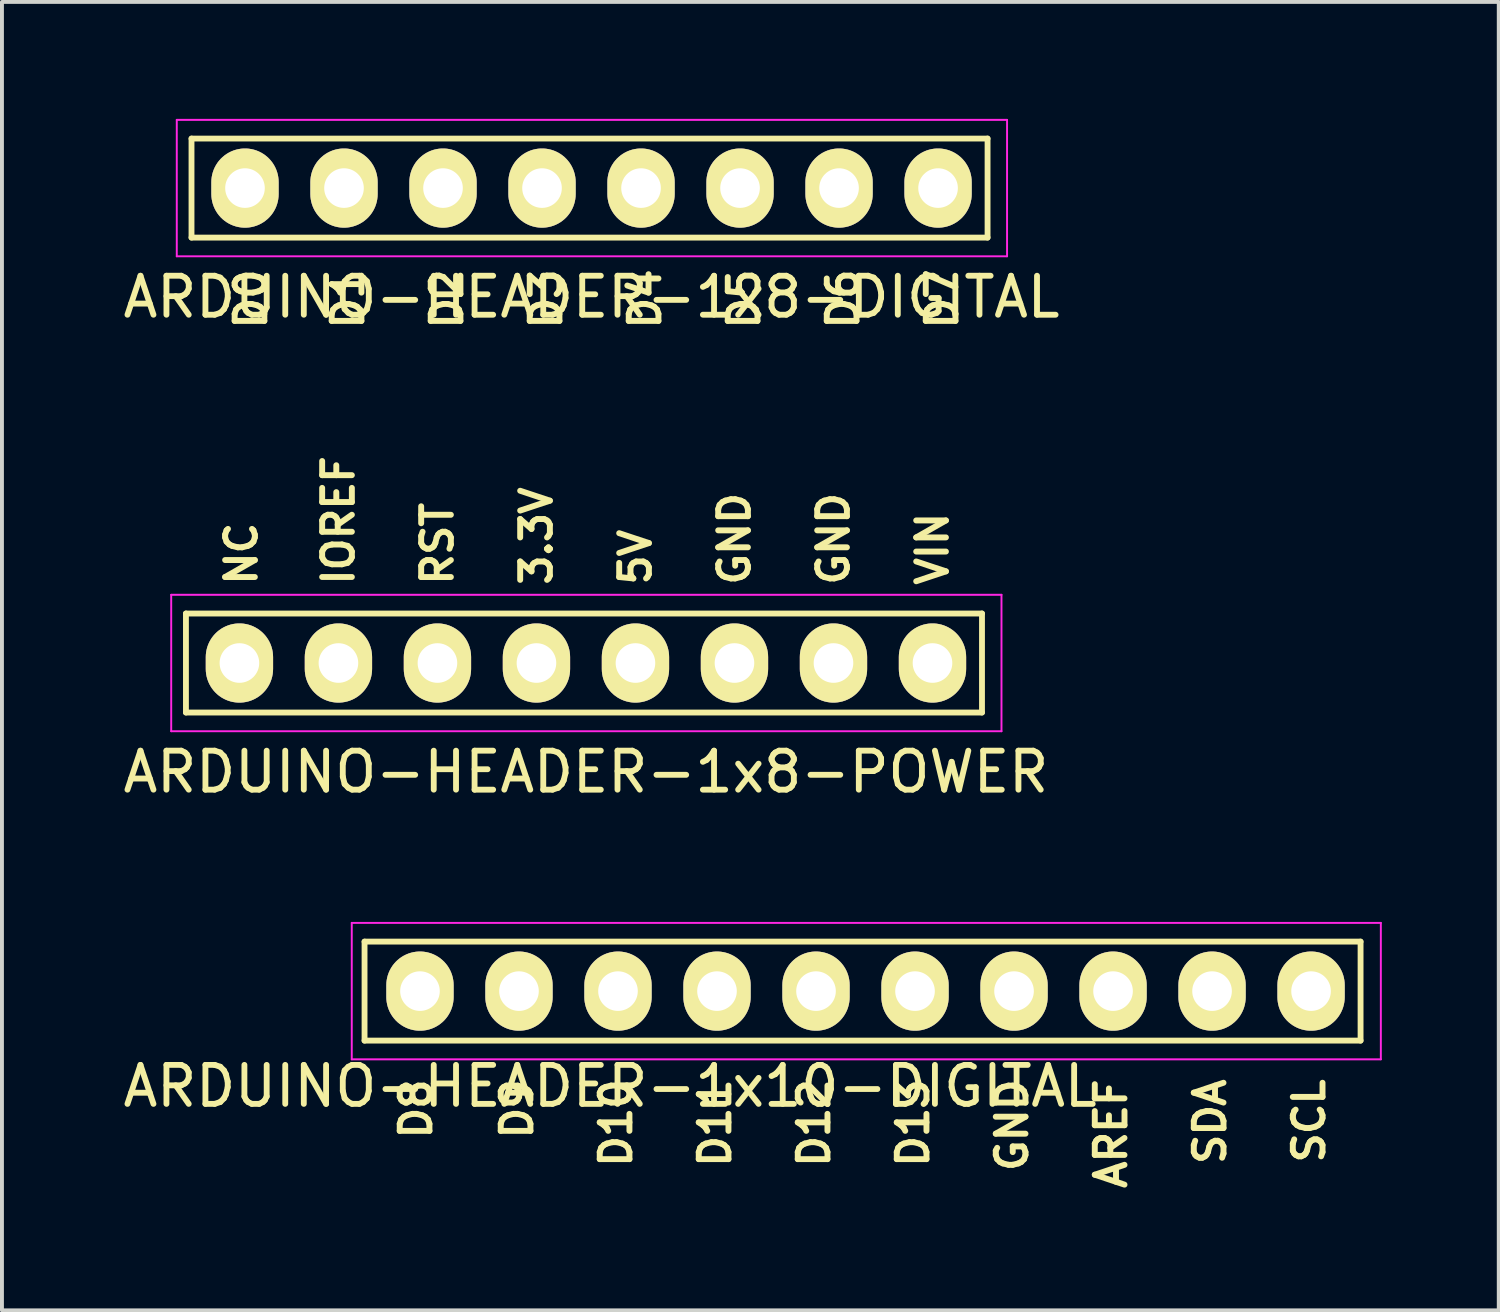
<source format=kicad_pcb>
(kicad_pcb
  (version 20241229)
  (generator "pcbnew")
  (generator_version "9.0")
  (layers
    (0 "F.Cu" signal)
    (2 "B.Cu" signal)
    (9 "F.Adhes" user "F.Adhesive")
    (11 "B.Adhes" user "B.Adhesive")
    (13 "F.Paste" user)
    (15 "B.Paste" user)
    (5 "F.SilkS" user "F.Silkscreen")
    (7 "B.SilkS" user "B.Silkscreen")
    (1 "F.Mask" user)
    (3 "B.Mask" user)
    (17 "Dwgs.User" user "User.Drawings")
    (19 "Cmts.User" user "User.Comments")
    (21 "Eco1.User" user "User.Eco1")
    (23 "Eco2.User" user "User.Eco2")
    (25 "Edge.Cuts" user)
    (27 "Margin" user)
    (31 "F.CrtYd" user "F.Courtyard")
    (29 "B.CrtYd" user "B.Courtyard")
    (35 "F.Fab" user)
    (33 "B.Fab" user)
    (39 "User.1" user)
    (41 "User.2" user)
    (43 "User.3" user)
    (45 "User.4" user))
  (footprint "ARDUINO-HEADER-1x8-POWER"
    (layer "F.Cu")
    (at 3.092 13.959)
    (property "Reference" "ARDUINO-HEADER-1x8-POWER" (at 8.89 2.794 0) (layer "F.SilkS") (effects (font (size 1 1) (thickness 0.15))))
    (attr through_hole)
    (fp_line (start -1.372 1.27) (end -1.372 -1.27) (stroke (width 0.15) (type solid)) (layer "F.SilkS"))
    (fp_line (start -1.372 1.27) (end 19.05 1.27) (stroke (width 0.15) (type solid)) (layer "F.SilkS"))
    (fp_line (start 19.05 -1.27) (end -1.372 -1.27) (stroke (width 0.15) (type solid)) (layer "F.SilkS"))
    (fp_line (start 19.05 1.27) (end 19.05 -1.27) (stroke (width 0.15) (type solid)) (layer "F.SilkS"))
    (fp_line (start -1.75 -1.75) (end -1.75 1.75) (stroke (width 0.05) (type solid)) (layer "F.CrtYd"))
    (fp_line (start -1.75 -1.75) (end 19.55 -1.75) (stroke (width 0.05) (type solid)) (layer "F.CrtYd"))
    (fp_line (start -1.75 1.75) (end 19.55 1.75) (stroke (width 0.05) (type solid)) (layer "F.CrtYd"))
    (fp_line (start 19.55 -1.75) (end 19.55 1.75) (stroke (width 0.05) (type solid)) (layer "F.CrtYd"))
    (fp_text user "RST" (at 5.08 -3.059 90) (layer "F.SilkS") (effects (font (size 0.762 0.762) (thickness 0.152))))
    (fp_text user "IOREF" (at 2.54 -3.658 90) (layer "F.SilkS") (effects (font (size 0.762 0.762) (thickness 0.152))))
    (fp_text user "5V" (at 10.16 -2.714 90) (layer "F.SilkS") (effects (font (size 0.762 0.762) (thickness 0.152))))
    (fp_text user "VIN" (at 17.78 -2.932 90) (layer "F.SilkS") (effects (font (size 0.762 0.762) (thickness 0.152))))
    (fp_text user "GND" (at 12.7 -3.186 90) (layer "F.SilkS") (effects (font (size 0.762 0.762) (thickness 0.152))))
    (fp_text user "GND" (at 15.24 -3.186 90) (layer "F.SilkS") (effects (font (size 0.762 0.762) (thickness 0.152))))
    (fp_text user "NC" (at 0.051 -2.805 90) (layer "F.SilkS") (effects (font (size 0.762 0.762) (thickness 0.152))))
    (fp_text user "3.3V" (at 7.62 -3.258 90) (layer "F.SilkS") (effects (font (size 0.762 0.762) (thickness 0.152))))
    (pad "3V3" thru_hole oval (at 7.62 0) (size 1.727 2.032) (drill 1.016) (layers "*.Cu" "*.Mask" "F.SilkS"))
    (pad "5V" thru_hole oval (at 10.16 0) (size 1.727 2.032) (drill 1.016) (layers "*.Cu" "*.Mask" "F.SilkS"))
    (pad "GND1" thru_hole oval (at 12.7 0) (size 1.727 2.032) (drill 1.016) (layers "*.Cu" "*.Mask" "F.SilkS"))
    (pad "GND2" thru_hole oval (at 15.24 0) (size 1.727 2.032) (drill 1.016) (layers "*.Cu" "*.Mask" "F.SilkS"))
    (pad "IO" thru_hole oval (at 2.54 0) (size 1.727 2.032) (drill 1.016) (layers "*.Cu" "*.Mask" "F.SilkS"))
    (pad "NC" thru_hole oval (at 0 0) (size 1.727 2.032) (drill 1.016) (layers "*.Cu" "*.Mask" "F.SilkS"))
    (pad "RST" thru_hole oval (at 5.08 0) (size 1.727 2.032) (drill 1.016) (layers "*.Cu" "*.Mask" "F.SilkS"))
    (pad "VIN" thru_hole oval (at 17.78 0) (size 1.727 2.032) (drill 1.016) (layers "*.Cu" "*.Mask" "F.SilkS")))
  (footprint "ARDUINO-HEADER-1x8-DIGITAL"
    (layer "F.Cu")
    (at 3.235 1.775)
    (property "Reference" "ARDUINO-HEADER-1x8-DIGITAL" (at 8.89 2.794 0) (layer "F.SilkS") (effects (font (size 1 1) (thickness 0.15))))
    (attr through_hole)
    (fp_line (start -1.372 1.27) (end -1.372 -1.27) (stroke (width 0.15) (type solid)) (layer "F.SilkS"))
    (fp_line (start -1.372 1.27) (end 19.05 1.27) (stroke (width 0.15) (type solid)) (layer "F.SilkS"))
    (fp_line (start 19.05 -1.27) (end -1.372 -1.27) (stroke (width 0.15) (type solid)) (layer "F.SilkS"))
    (fp_line (start 19.05 1.27) (end 19.05 -1.27) (stroke (width 0.15) (type solid)) (layer "F.SilkS"))
    (fp_line (start -1.75 -1.75) (end -1.75 1.75) (stroke (width 0.05) (type solid)) (layer "F.CrtYd"))
    (fp_line (start -1.75 -1.75) (end 19.55 -1.75) (stroke (width 0.05) (type solid)) (layer "F.CrtYd"))
    (fp_line (start -1.75 1.75) (end 19.55 1.75) (stroke (width 0.05) (type solid)) (layer "F.CrtYd"))
    (fp_line (start 19.55 -1.75) (end 19.55 1.75) (stroke (width 0.05) (type solid)) (layer "F.CrtYd"))
    (fp_text user "D6" (at 15.342 2.845 270) (layer "F.SilkS") (effects (font (size 0.762 0.762) (thickness 0.152))))
    (fp_text user "D4" (at 10.262 2.845 270) (layer "F.SilkS") (effects (font (size 0.762 0.762) (thickness 0.152))))
    (fp_text user "D5" (at 12.802 2.845 270) (layer "F.SilkS") (effects (font (size 0.762 0.762) (thickness 0.152))))
    (fp_text user "D3" (at 7.722 2.845 270) (layer "F.SilkS") (effects (font (size 0.762 0.762) (thickness 0.152))))
    (fp_text user "D2" (at 5.182 2.845 90) (layer "F.SilkS") (effects (font (size 0.762 0.762) (thickness 0.152))))
    (fp_text user "D7" (at 17.882 2.845 270) (layer "F.SilkS") (effects (font (size 0.762 0.762) (thickness 0.152))))
    (fp_text user "D1" (at 2.642 2.845 90) (layer "F.SilkS") (effects (font (size 0.762 0.762) (thickness 0.152))))
    (fp_text user "D0" (at 0.152 2.845 90) (layer "F.SilkS") (effects (font (size 0.762 0.762) (thickness 0.152))))
    (pad "D0" thru_hole oval (at 0 0) (size 1.727 2.032) (drill 1.016) (layers "*.Cu" "*.Mask" "F.SilkS"))
    (pad "D1" thru_hole oval (at 2.54 0) (size 1.727 2.032) (drill 1.016) (layers "*.Cu" "*.Mask" "F.SilkS"))
    (pad "D2" thru_hole oval (at 5.08 0) (size 1.727 2.032) (drill 1.016) (layers "*.Cu" "*.Mask" "F.SilkS"))
    (pad "D3" thru_hole oval (at 7.62 0) (size 1.727 2.032) (drill 1.016) (layers "*.Cu" "*.Mask" "F.SilkS"))
    (pad "D4" thru_hole oval (at 10.16 0) (size 1.727 2.032) (drill 1.016) (layers "*.Cu" "*.Mask" "F.SilkS"))
    (pad "D5" thru_hole oval (at 12.7 0) (size 1.727 2.032) (drill 1.016) (layers "*.Cu" "*.Mask" "F.SilkS"))
    (pad "D6" thru_hole oval (at 15.24 0) (size 1.727 2.032) (drill 1.016) (layers "*.Cu" "*.Mask" "F.SilkS"))
    (pad "D7" thru_hole oval (at 17.78 0) (size 1.727 2.032) (drill 1.016) (layers "*.Cu" "*.Mask" "F.SilkS")))
  (footprint "ARDUINO-HEADER-1x10-DIGITAL"
    (layer "F.Cu")
    (at 7.724 22.376)
    (property "Reference" "ARDUINO-HEADER-1x10-DIGITAL" (at 4.877 2.438 0) (layer "F.SilkS") (effects (font (size 1 1) (thickness 0.15))))
    (attr through_hole)
    (fp_line (start -1.422 1.27) (end -1.422 -1.27) (stroke (width 0.15) (type solid)) (layer "F.SilkS"))
    (fp_line (start -1.422 1.27) (end 24.13 1.27) (stroke (width 0.15) (type solid)) (layer "F.SilkS"))
    (fp_line (start 24.13 -1.27) (end -1.422 -1.27) (stroke (width 0.15) (type solid)) (layer "F.SilkS"))
    (fp_line (start 24.13 1.27) (end 24.13 -1.27) (stroke (width 0.15) (type solid)) (layer "F.SilkS"))
    (fp_line (start -1.75 -1.75) (end -1.75 1.75) (stroke (width 0.05) (type solid)) (layer "F.CrtYd"))
    (fp_line (start -1.75 -1.75) (end 24.65 -1.75) (stroke (width 0.05) (type solid)) (layer "F.CrtYd"))
    (fp_line (start -1.75 1.75) (end 24.65 1.75) (stroke (width 0.05) (type solid)) (layer "F.CrtYd"))
    (fp_line (start 24.65 -1.75) (end 24.65 1.75) (stroke (width 0.05) (type solid)) (layer "F.CrtYd"))
    (fp_text user "D8" (at -0.102 3.023 90) (layer "F.SilkS") (effects (font (size 0.762 0.762) (thickness 0.152))))
    (fp_text user "D11" (at 7.569 3.385 90) (layer "F.SilkS") (effects (font (size 0.762 0.762) (thickness 0.152))))
    (fp_text user "D12" (at 10.109 3.385 90) (layer "F.SilkS") (effects (font (size 0.762 0.762) (thickness 0.152))))
    (fp_text user "GND" (at 15.189 3.44 90) (layer "F.SilkS") (effects (font (size 0.762 0.762) (thickness 0.152))))
    (fp_text user "SDA" (at 20.269 3.349 90) (layer "F.SilkS") (effects (font (size 0.762 0.762) (thickness 0.152))))
    (fp_text user "D13" (at 12.649 3.385 90) (layer "F.SilkS") (effects (font (size 0.762 0.762) (thickness 0.152))))
    (fp_text user "AREF" (at 17.729 3.658 90) (layer "F.SilkS") (effects (font (size 0.762 0.762) (thickness 0.152))))
    (fp_text user "SCL" (at 22.809 3.331 90) (layer "F.SilkS") (effects (font (size 0.762 0.762) (thickness 0.152))))
    (fp_text user "D9" (at 2.489 3.023 90) (layer "F.SilkS") (effects (font (size 0.762 0.762) (thickness 0.152))))
    (fp_text user "D10" (at 5.029 3.385 90) (layer "F.SilkS") (effects (font (size 0.762 0.762) (thickness 0.152))))
    (pad "AREF" thru_hole oval (at 17.78 0) (size 1.727 2.032) (drill 1.016) (layers "*.Cu" "*.Mask" "F.SilkS"))
    (pad "D8" thru_hole oval (at 0 0) (size 1.727 2.032) (drill 1.016) (layers "*.Cu" "*.Mask" "F.SilkS"))
    (pad "D9" thru_hole oval (at 2.54 0) (size 1.727 2.032) (drill 1.016) (layers "*.Cu" "*.Mask" "F.SilkS"))
    (pad "D10" thru_hole oval (at 5.08 0) (size 1.727 2.032) (drill 1.016) (layers "*.Cu" "*.Mask" "F.SilkS"))
    (pad "D11" thru_hole oval (at 7.62 0) (size 1.727 2.032) (drill 1.016) (layers "*.Cu" "*.Mask" "F.SilkS"))
    (pad "D12" thru_hole oval (at 10.16 0) (size 1.727 2.032) (drill 1.016) (layers "*.Cu" "*.Mask" "F.SilkS"))
    (pad "D13" thru_hole oval (at 12.7 0) (size 1.727 2.032) (drill 1.016) (layers "*.Cu" "*.Mask" "F.SilkS"))
    (pad "GND3" thru_hole oval (at 15.24 0) (size 1.727 2.032) (drill 1.016) (layers "*.Cu" "*.Mask" "F.SilkS"))
    (pad "SCL" thru_hole oval (at 22.86 0) (size 1.727 2.032) (drill 1.016) (layers "*.Cu" "*.Mask" "F.SilkS"))
    (pad "SDA" thru_hole oval (at 20.32 0) (size 1.727 2.032) (drill 1.016) (layers "*.Cu" "*.Mask" "F.SilkS")))
  (gr_rect
    (start -3 -3)
    (end 35.399 30.565)
    (stroke (width 0.1) (type default))
    (fill no)
    (layer "Edge.Cuts")))
</source>
